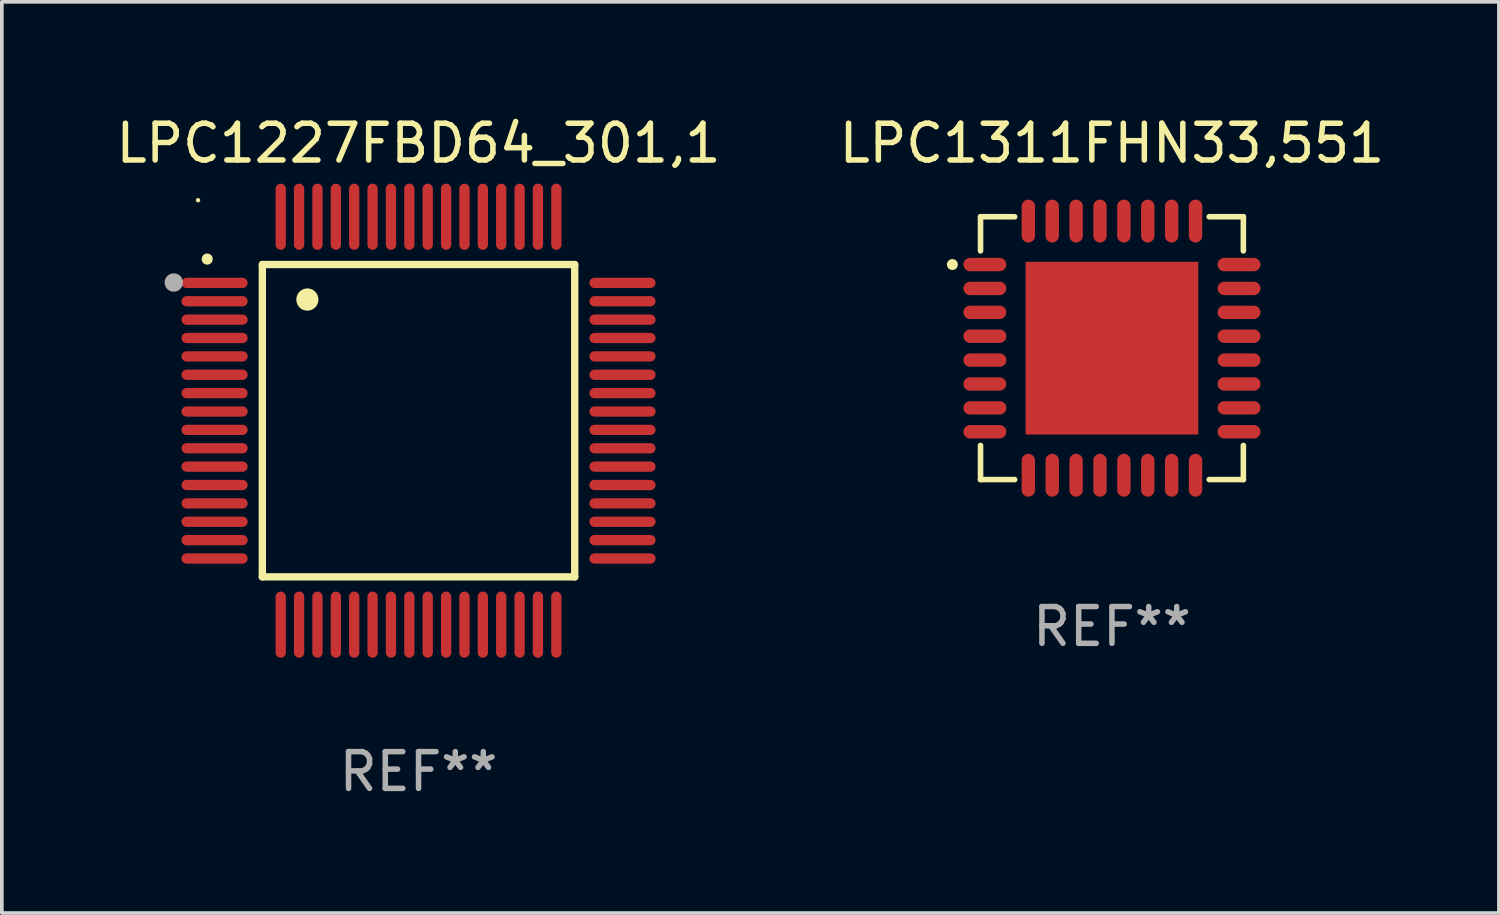
<source format=kicad_pcb>
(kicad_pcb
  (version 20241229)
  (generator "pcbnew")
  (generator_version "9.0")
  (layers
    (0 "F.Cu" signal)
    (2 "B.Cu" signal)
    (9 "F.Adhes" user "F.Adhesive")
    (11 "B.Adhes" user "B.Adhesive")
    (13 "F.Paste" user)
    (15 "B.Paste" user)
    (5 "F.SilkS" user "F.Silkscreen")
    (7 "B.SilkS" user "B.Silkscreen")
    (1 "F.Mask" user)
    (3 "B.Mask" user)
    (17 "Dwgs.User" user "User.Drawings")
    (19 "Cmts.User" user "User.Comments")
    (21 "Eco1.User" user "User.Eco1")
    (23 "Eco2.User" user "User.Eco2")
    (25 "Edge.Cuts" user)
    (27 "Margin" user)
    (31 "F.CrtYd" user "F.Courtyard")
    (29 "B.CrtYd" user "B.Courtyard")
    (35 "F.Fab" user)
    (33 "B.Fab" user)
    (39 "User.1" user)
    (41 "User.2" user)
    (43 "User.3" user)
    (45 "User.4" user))
  (footprint "LPC1311FHN33,551"
    (layer "F.Cu")
    (at 27.208 6.424)
    (property "Reference" "LPC1311FHN33,551" (at 0 -5.576 0) (layer "F.SilkS") (effects (font (size 1 1) (thickness 0.15))))
    (attr through_hole)
    (fp_line (start -3.576 -3.576) (end -3.576 -2.647) (stroke (width 0.152) (type solid)) (layer "F.SilkS"))
    (fp_line (start -3.576 3.576) (end -3.576 2.647) (stroke (width 0.152) (type solid)) (layer "F.SilkS"))
    (fp_line (start -2.647 -3.576) (end -3.576 -3.576) (stroke (width 0.152) (type solid)) (layer "F.SilkS"))
    (fp_line (start -2.647 3.576) (end -3.576 3.576) (stroke (width 0.152) (type solid)) (layer "F.SilkS"))
    (fp_line (start 2.647 -3.576) (end 3.576 -3.576) (stroke (width 0.152) (type solid)) (layer "F.SilkS"))
    (fp_line (start 2.647 3.576) (end 3.576 3.576) (stroke (width 0.152) (type solid)) (layer "F.SilkS"))
    (fp_line (start 3.576 -3.576) (end 3.576 -2.647) (stroke (width 0.152) (type solid)) (layer "F.SilkS"))
    (fp_line (start 3.576 3.576) (end 3.576 2.647) (stroke (width 0.152) (type solid)) (layer "F.SilkS"))
    (fp_circle (center -4.342 -2.275) (end -4.267 -2.275) (stroke (width 0.15) (type solid)) (fill no) (layer "F.SilkS"))
    (fp_text user "REF**" (at 0 7.576 0) (layer "F.Fab") (effects (font (size 1 1) (thickness 0.15))))
    (pad "1" smd oval (at -3.458 -2.275 270) (size 0.364 1.167) (layers "F.Cu" "F.Mask" "F.Paste"))
    (pad "2" smd oval (at -3.458 -1.625 270) (size 0.364 1.167) (layers "F.Cu" "F.Mask" "F.Paste"))
    (pad "3" smd oval (at -3.458 -0.975 270) (size 0.364 1.167) (layers "F.Cu" "F.Mask" "F.Paste"))
    (pad "4" smd oval (at -3.458 -0.325 270) (size 0.364 1.167) (layers "F.Cu" "F.Mask" "F.Paste"))
    (pad "5" smd oval (at -3.458 0.325 270) (size 0.364 1.167) (layers "F.Cu" "F.Mask" "F.Paste"))
    (pad "6" smd oval (at -3.458 0.975 270) (size 0.364 1.167) (layers "F.Cu" "F.Mask" "F.Paste"))
    (pad "7" smd oval (at -3.458 1.625 270) (size 0.364 1.167) (layers "F.Cu" "F.Mask" "F.Paste"))
    (pad "8" smd oval (at -3.458 2.275 270) (size 0.364 1.167) (layers "F.Cu" "F.Mask" "F.Paste"))
    (pad "9" smd oval (at -2.275 3.458 270) (size 1.167 0.364) (layers "F.Cu" "F.Mask" "F.Paste"))
    (pad "10" smd oval (at -1.625 3.458 270) (size 1.167 0.364) (layers "F.Cu" "F.Mask" "F.Paste"))
    (pad "11" smd oval (at -0.975 3.458 270) (size 1.167 0.364) (layers "F.Cu" "F.Mask" "F.Paste"))
    (pad "12" smd oval (at -0.325 3.458 270) (size 1.167 0.364) (layers "F.Cu" "F.Mask" "F.Paste"))
    (pad "13" smd oval (at 0.325 3.458 270) (size 1.167 0.364) (layers "F.Cu" "F.Mask" "F.Paste"))
    (pad "14" smd oval (at 0.975 3.458 270) (size 1.167 0.364) (layers "F.Cu" "F.Mask" "F.Paste"))
    (pad "15" smd oval (at 1.625 3.458 270) (size 1.167 0.364) (layers "F.Cu" "F.Mask" "F.Paste"))
    (pad "16" smd oval (at 2.275 3.458 270) (size 1.167 0.364) (layers "F.Cu" "F.Mask" "F.Paste"))
    (pad "17" smd oval (at 3.458 2.275 270) (size 0.364 1.167) (layers "F.Cu" "F.Mask" "F.Paste"))
    (pad "18" smd oval (at 3.458 1.625 270) (size 0.364 1.167) (layers "F.Cu" "F.Mask" "F.Paste"))
    (pad "19" smd oval (at 3.458 0.975 270) (size 0.364 1.167) (layers "F.Cu" "F.Mask" "F.Paste"))
    (pad "20" smd oval (at 3.458 0.325 270) (size 0.364 1.167) (layers "F.Cu" "F.Mask" "F.Paste"))
    (pad "21" smd oval (at 3.458 -0.325 270) (size 0.364 1.167) (layers "F.Cu" "F.Mask" "F.Paste"))
    (pad "22" smd oval (at 3.458 -0.975 270) (size 0.364 1.167) (layers "F.Cu" "F.Mask" "F.Paste"))
    (pad "23" smd oval (at 3.458 -1.625 270) (size 0.364 1.167) (layers "F.Cu" "F.Mask" "F.Paste"))
    (pad "24" smd oval (at 3.458 -2.275 270) (size 0.364 1.167) (layers "F.Cu" "F.Mask" "F.Paste"))
    (pad "25" smd oval (at 2.275 -3.458 270) (size 1.167 0.364) (layers "F.Cu" "F.Mask" "F.Paste"))
    (pad "26" smd oval (at 1.625 -3.458 270) (size 1.167 0.364) (layers "F.Cu" "F.Mask" "F.Paste"))
    (pad "27" smd oval (at 0.975 -3.458 270) (size 1.167 0.364) (layers "F.Cu" "F.Mask" "F.Paste"))
    (pad "28" smd oval (at 0.325 -3.458 270) (size 1.167 0.364) (layers "F.Cu" "F.Mask" "F.Paste"))
    (pad "29" smd oval (at -0.325 -3.458 270) (size 1.167 0.364) (layers "F.Cu" "F.Mask" "F.Paste"))
    (pad "30" smd oval (at -0.975 -3.458 270) (size 1.167 0.364) (layers "F.Cu" "F.Mask" "F.Paste"))
    (pad "31" smd oval (at -1.625 -3.458 270) (size 1.167 0.364) (layers "F.Cu" "F.Mask" "F.Paste"))
    (pad "32" smd oval (at -2.275 -3.458 270) (size 1.167 0.364) (layers "F.Cu" "F.Mask" "F.Paste"))
    (pad "33" smd rect (at 0 0 270) (size 4.7 4.7) (layers "F.Cu" "F.Mask" "F.Paste")))
  (footprint "LPC1227FBD64_301,1"
    (layer "F.Cu")
    (at 8.339 8.398)
    (property "Reference" "LPC1227FBD64_301,1" (at 0 -7.55 0) (layer "F.SilkS") (effects (font (size 1 1) (thickness 0.15))))
    (attr through_hole)
    (fp_line (start -4.25 -4.25) (end -4.25 4.25) (stroke (width 0.2) (type solid)) (layer "F.SilkS"))
    (fp_line (start -4.25 4.25) (end 4.25 4.25) (stroke (width 0.2) (type solid)) (layer "F.SilkS"))
    (fp_line (start 4.25 -4.25) (end -4.25 -4.25) (stroke (width 0.2) (type solid)) (layer "F.SilkS"))
    (fp_line (start 4.25 4.25) (end 4.25 -4.25) (stroke (width 0.2) (type solid)) (layer "F.SilkS"))
    (fp_arc (start -5.750572 -4.396749) (mid -5.750577 -4.398019) (end -5.750572 -4.399289) (stroke (width 0.3) (type solid)) (layer "F.SilkS"))
    (fp_arc (start -3.025146 -3.294387) (mid -3.025157 -3.296927) (end -3.025146 -3.299467) (stroke (width 0.6) (type solid)) (layer "F.SilkS"))
    (fp_circle (center -6 -6) (end -5.97 -6) (stroke (width 0.06) (type solid)) (fill no) (layer "F.SilkS"))
    (fp_circle (center -6.66 -3.76) (end -6.535 -3.76) (stroke (width 0.25) (type solid)) (fill no) (layer "F.Fab"))
    (fp_text user "REF**" (at 0 9.55 0) (layer "F.Fab") (effects (font (size 1 1) (thickness 0.15))))
    (pad "1" smd oval (at -5.55 -3.75) (size 1.8 0.28) (layers "F.Cu" "F.Mask" "F.Paste"))
    (pad "2" smd oval (at -5.55 -3.25) (size 1.8 0.28) (layers "F.Cu" "F.Mask" "F.Paste"))
    (pad "3" smd oval (at -5.55 -2.75) (size 1.8 0.28) (layers "F.Cu" "F.Mask" "F.Paste"))
    (pad "4" smd oval (at -5.55 -2.25) (size 1.8 0.28) (layers "F.Cu" "F.Mask" "F.Paste"))
    (pad "5" smd oval (at -5.55 -1.75) (size 1.8 0.28) (layers "F.Cu" "F.Mask" "F.Paste"))
    (pad "6" smd oval (at -5.55 -1.25) (size 1.8 0.28) (layers "F.Cu" "F.Mask" "F.Paste"))
    (pad "7" smd oval (at -5.55 -0.75) (size 1.8 0.28) (layers "F.Cu" "F.Mask" "F.Paste"))
    (pad "8" smd oval (at -5.55 -0.25) (size 1.8 0.28) (layers "F.Cu" "F.Mask" "F.Paste"))
    (pad "9" smd oval (at -5.55 0.25) (size 1.8 0.28) (layers "F.Cu" "F.Mask" "F.Paste"))
    (pad "10" smd oval (at -5.55 0.75) (size 1.8 0.28) (layers "F.Cu" "F.Mask" "F.Paste"))
    (pad "11" smd oval (at -5.55 1.25) (size 1.8 0.28) (layers "F.Cu" "F.Mask" "F.Paste"))
    (pad "12" smd oval (at -5.55 1.75) (size 1.8 0.28) (layers "F.Cu" "F.Mask" "F.Paste"))
    (pad "13" smd oval (at -5.55 2.25) (size 1.8 0.28) (layers "F.Cu" "F.Mask" "F.Paste"))
    (pad "14" smd oval (at -5.55 2.75) (size 1.8 0.28) (layers "F.Cu" "F.Mask" "F.Paste"))
    (pad "15" smd oval (at -5.55 3.25) (size 1.8 0.28) (layers "F.Cu" "F.Mask" "F.Paste"))
    (pad "16" smd oval (at -5.55 3.75) (size 1.8 0.28) (layers "F.Cu" "F.Mask" "F.Paste"))
    (pad "17" smd oval (at -3.75 5.55) (size 0.28 1.8) (layers "F.Cu" "F.Mask" "F.Paste"))
    (pad "18" smd oval (at -3.25 5.55) (size 0.28 1.8) (layers "F.Cu" "F.Mask" "F.Paste"))
    (pad "19" smd oval (at -2.75 5.55) (size 0.28 1.8) (layers "F.Cu" "F.Mask" "F.Paste"))
    (pad "20" smd oval (at -2.25 5.55) (size 0.28 1.8) (layers "F.Cu" "F.Mask" "F.Paste"))
    (pad "21" smd oval (at -1.75 5.55) (size 0.28 1.8) (layers "F.Cu" "F.Mask" "F.Paste"))
    (pad "22" smd oval (at -1.25 5.55) (size 0.28 1.8) (layers "F.Cu" "F.Mask" "F.Paste"))
    (pad "23" smd oval (at -0.75 5.55) (size 0.28 1.8) (layers "F.Cu" "F.Mask" "F.Paste"))
    (pad "24" smd oval (at -0.25 5.55) (size 0.28 1.8) (layers "F.Cu" "F.Mask" "F.Paste"))
    (pad "25" smd oval (at 0.25 5.55) (size 0.28 1.8) (layers "F.Cu" "F.Mask" "F.Paste"))
    (pad "26" smd oval (at 0.75 5.55) (size 0.28 1.8) (layers "F.Cu" "F.Mask" "F.Paste"))
    (pad "27" smd oval (at 1.25 5.55) (size 0.28 1.8) (layers "F.Cu" "F.Mask" "F.Paste"))
    (pad "28" smd oval (at 1.75 5.55) (size 0.28 1.8) (layers "F.Cu" "F.Mask" "F.Paste"))
    (pad "29" smd oval (at 2.25 5.55) (size 0.28 1.8) (layers "F.Cu" "F.Mask" "F.Paste"))
    (pad "30" smd oval (at 2.75 5.55) (size 0.28 1.8) (layers "F.Cu" "F.Mask" "F.Paste"))
    (pad "31" smd oval (at 3.25 5.55) (size 0.28 1.8) (layers "F.Cu" "F.Mask" "F.Paste"))
    (pad "32" smd oval (at 3.75 5.55) (size 0.28 1.8) (layers "F.Cu" "F.Mask" "F.Paste"))
    (pad "33" smd oval (at 5.55 3.75) (size 1.8 0.28) (layers "F.Cu" "F.Mask" "F.Paste"))
    (pad "34" smd oval (at 5.55 3.25) (size 1.8 0.28) (layers "F.Cu" "F.Mask" "F.Paste"))
    (pad "35" smd oval (at 5.55 2.75) (size 1.8 0.28) (layers "F.Cu" "F.Mask" "F.Paste"))
    (pad "36" smd oval (at 5.55 2.25) (size 1.8 0.28) (layers "F.Cu" "F.Mask" "F.Paste"))
    (pad "37" smd oval (at 5.55 1.75) (size 1.8 0.28) (layers "F.Cu" "F.Mask" "F.Paste"))
    (pad "38" smd oval (at 5.55 1.25) (size 1.8 0.28) (layers "F.Cu" "F.Mask" "F.Paste"))
    (pad "39" smd oval (at 5.55 0.75) (size 1.8 0.28) (layers "F.Cu" "F.Mask" "F.Paste"))
    (pad "40" smd oval (at 5.55 0.25) (size 1.8 0.28) (layers "F.Cu" "F.Mask" "F.Paste"))
    (pad "41" smd oval (at 5.55 -0.25) (size 1.8 0.28) (layers "F.Cu" "F.Mask" "F.Paste"))
    (pad "42" smd oval (at 5.55 -0.75) (size 1.8 0.28) (layers "F.Cu" "F.Mask" "F.Paste"))
    (pad "43" smd oval (at 5.55 -1.25) (size 1.8 0.28) (layers "F.Cu" "F.Mask" "F.Paste"))
    (pad "44" smd oval (at 5.55 -1.75) (size 1.8 0.28) (layers "F.Cu" "F.Mask" "F.Paste"))
    (pad "45" smd oval (at 5.55 -2.25) (size 1.8 0.28) (layers "F.Cu" "F.Mask" "F.Paste"))
    (pad "46" smd oval (at 5.55 -2.75) (size 1.8 0.28) (layers "F.Cu" "F.Mask" "F.Paste"))
    (pad "47" smd oval (at 5.55 -3.25) (size 1.8 0.28) (layers "F.Cu" "F.Mask" "F.Paste"))
    (pad "48" smd oval (at 5.55 -3.75) (size 1.8 0.28) (layers "F.Cu" "F.Mask" "F.Paste"))
    (pad "49" smd oval (at 3.75 -5.55) (size 0.28 1.8) (layers "F.Cu" "F.Mask" "F.Paste"))
    (pad "50" smd oval (at 3.25 -5.55) (size 0.28 1.8) (layers "F.Cu" "F.Mask" "F.Paste"))
    (pad "51" smd oval (at 2.75 -5.55) (size 0.28 1.8) (layers "F.Cu" "F.Mask" "F.Paste"))
    (pad "52" smd oval (at 2.25 -5.55) (size 0.28 1.8) (layers "F.Cu" "F.Mask" "F.Paste"))
    (pad "53" smd oval (at 1.75 -5.55) (size 0.28 1.8) (layers "F.Cu" "F.Mask" "F.Paste"))
    (pad "54" smd oval (at 1.25 -5.55) (size 0.28 1.8) (layers "F.Cu" "F.Mask" "F.Paste"))
    (pad "55" smd oval (at 0.75 -5.55) (size 0.28 1.8) (layers "F.Cu" "F.Mask" "F.Paste"))
    (pad "56" smd oval (at 0.25 -5.55) (size 0.28 1.8) (layers "F.Cu" "F.Mask" "F.Paste"))
    (pad "57" smd oval (at -0.25 -5.55) (size 0.28 1.8) (layers "F.Cu" "F.Mask" "F.Paste"))
    (pad "58" smd oval (at -0.75 -5.55) (size 0.28 1.8) (layers "F.Cu" "F.Mask" "F.Paste"))
    (pad "59" smd oval (at -1.25 -5.55) (size 0.28 1.8) (layers "F.Cu" "F.Mask" "F.Paste"))
    (pad "60" smd oval (at -1.75 -5.55) (size 0.28 1.8) (layers "F.Cu" "F.Mask" "F.Paste"))
    (pad "61" smd oval (at -2.25 -5.55) (size 0.28 1.8) (layers "F.Cu" "F.Mask" "F.Paste"))
    (pad "62" smd oval (at -2.75 -5.55) (size 0.28 1.8) (layers "F.Cu" "F.Mask" "F.Paste"))
    (pad "63" smd oval (at -3.25 -5.55) (size 0.28 1.8) (layers "F.Cu" "F.Mask" "F.Paste"))
    (pad "64" smd oval (at -3.75 -5.55) (size 0.28 1.8) (layers "F.Cu" "F.Mask" "F.Paste")))
  (gr_rect
    (start -3 -3)
    (end 37.738 21.796)
    (stroke (width 0.1) (type default))
    (fill no)
    (layer "Edge.Cuts")))
</source>
